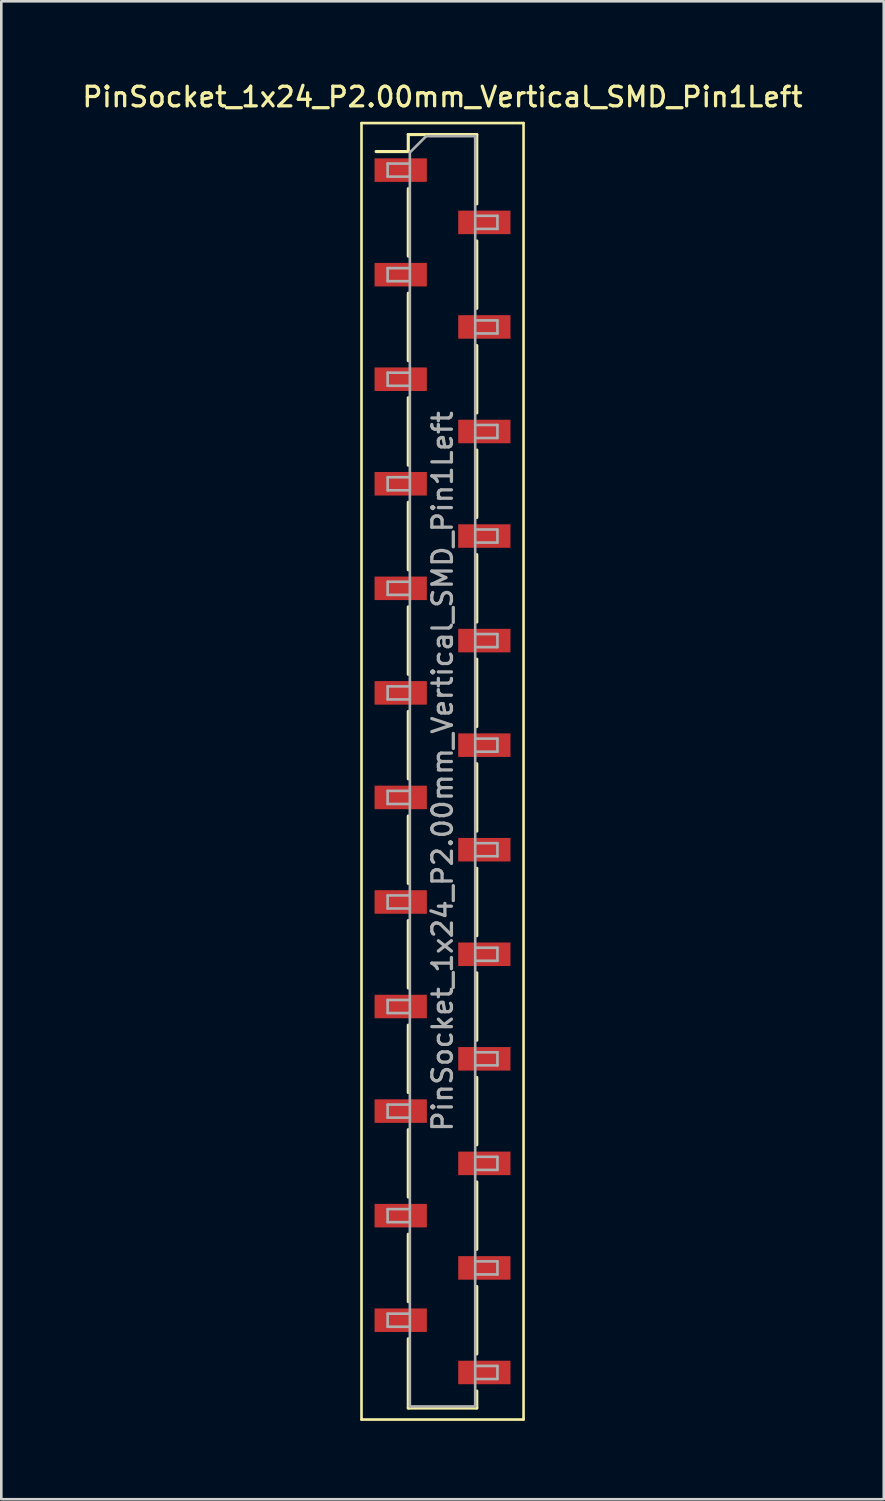
<source format=kicad_pcb>
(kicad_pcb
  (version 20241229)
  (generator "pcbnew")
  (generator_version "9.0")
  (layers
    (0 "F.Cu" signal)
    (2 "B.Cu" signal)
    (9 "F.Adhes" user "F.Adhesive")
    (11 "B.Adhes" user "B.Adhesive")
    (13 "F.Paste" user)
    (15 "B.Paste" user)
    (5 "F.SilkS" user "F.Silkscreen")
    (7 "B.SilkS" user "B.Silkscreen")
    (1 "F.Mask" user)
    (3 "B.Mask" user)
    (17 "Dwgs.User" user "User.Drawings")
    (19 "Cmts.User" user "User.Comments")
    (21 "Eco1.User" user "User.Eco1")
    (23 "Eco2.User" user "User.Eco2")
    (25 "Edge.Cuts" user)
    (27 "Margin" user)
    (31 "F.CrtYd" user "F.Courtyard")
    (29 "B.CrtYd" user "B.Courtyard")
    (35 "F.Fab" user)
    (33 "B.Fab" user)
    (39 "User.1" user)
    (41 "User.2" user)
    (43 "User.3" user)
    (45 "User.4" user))
  (footprint "PinSocket_1x24_P2.00mm_Vertical_SMD_Pin1Left"
    (layer "F.Cu")
    (at 13.88 26.458)
    (property "Reference" "PinSocket_1x24_P2.00mm_Vertical_SMD_Pin1Left" (at 0 -25.8 0) (layer "F.SilkS") (effects (font (size 0.75 0.75) (thickness 0.125))))
    (attr smd)
    (fp_line (start -3.1 -24.8) (end 3.1 -24.8) (stroke (width 0.1) (type solid)) (layer "F.SilkS"))
    (fp_line (start -3.1 24.8) (end -3.1 -24.8) (stroke (width 0.1) (type solid)) (layer "F.SilkS"))
    (fp_line (start -2.54 -23.71) (end -1.31 -23.71) (stroke (width 0.12) (type solid)) (layer "F.SilkS"))
    (fp_line (start -1.31 -24.36) (end -1.31 -23.71) (stroke (width 0.12) (type solid)) (layer "F.SilkS"))
    (fp_line (start -1.31 -24.36) (end 1.31 -24.36) (stroke (width 0.12) (type solid)) (layer "F.SilkS"))
    (fp_line (start -1.31 -22.29) (end -1.31 -19.71) (stroke (width 0.12) (type solid)) (layer "F.SilkS"))
    (fp_line (start -1.31 -18.29) (end -1.31 -15.71) (stroke (width 0.12) (type solid)) (layer "F.SilkS"))
    (fp_line (start -1.31 -14.29) (end -1.31 -11.71) (stroke (width 0.12) (type solid)) (layer "F.SilkS"))
    (fp_line (start -1.31 -10.29) (end -1.31 -7.71) (stroke (width 0.12) (type solid)) (layer "F.SilkS"))
    (fp_line (start -1.31 -6.29) (end -1.31 -3.71) (stroke (width 0.12) (type solid)) (layer "F.SilkS"))
    (fp_line (start -1.31 -2.29) (end -1.31 0.29) (stroke (width 0.12) (type solid)) (layer "F.SilkS"))
    (fp_line (start -1.31 1.71) (end -1.31 4.29) (stroke (width 0.12) (type solid)) (layer "F.SilkS"))
    (fp_line (start -1.31 5.71) (end -1.31 8.29) (stroke (width 0.12) (type solid)) (layer "F.SilkS"))
    (fp_line (start -1.31 9.71) (end -1.31 12.29) (stroke (width 0.12) (type solid)) (layer "F.SilkS"))
    (fp_line (start -1.31 13.71) (end -1.31 16.29) (stroke (width 0.12) (type solid)) (layer "F.SilkS"))
    (fp_line (start -1.31 17.71) (end -1.31 20.29) (stroke (width 0.12) (type solid)) (layer "F.SilkS"))
    (fp_line (start -1.31 21.71) (end -1.31 24.36) (stroke (width 0.12) (type solid)) (layer "F.SilkS"))
    (fp_line (start -1.31 24.36) (end 1.31 24.36) (stroke (width 0.12) (type solid)) (layer "F.SilkS"))
    (fp_line (start 1.31 -24.36) (end 1.31 -21.71) (stroke (width 0.12) (type solid)) (layer "F.SilkS"))
    (fp_line (start 1.31 -20.29) (end 1.31 -17.71) (stroke (width 0.12) (type solid)) (layer "F.SilkS"))
    (fp_line (start 1.31 -16.29) (end 1.31 -13.71) (stroke (width 0.12) (type solid)) (layer "F.SilkS"))
    (fp_line (start 1.31 -12.29) (end 1.31 -9.71) (stroke (width 0.12) (type solid)) (layer "F.SilkS"))
    (fp_line (start 1.31 -8.29) (end 1.31 -5.71) (stroke (width 0.12) (type solid)) (layer "F.SilkS"))
    (fp_line (start 1.31 -4.29) (end 1.31 -1.71) (stroke (width 0.12) (type solid)) (layer "F.SilkS"))
    (fp_line (start 1.31 -0.29) (end 1.31 2.29) (stroke (width 0.12) (type solid)) (layer "F.SilkS"))
    (fp_line (start 1.31 3.71) (end 1.31 6.29) (stroke (width 0.12) (type solid)) (layer "F.SilkS"))
    (fp_line (start 1.31 7.71) (end 1.31 10.29) (stroke (width 0.12) (type solid)) (layer "F.SilkS"))
    (fp_line (start 1.31 11.71) (end 1.31 14.29) (stroke (width 0.12) (type solid)) (layer "F.SilkS"))
    (fp_line (start 1.31 15.71) (end 1.31 18.29) (stroke (width 0.12) (type solid)) (layer "F.SilkS"))
    (fp_line (start 1.31 19.71) (end 1.31 22.29) (stroke (width 0.12) (type solid)) (layer "F.SilkS"))
    (fp_line (start 1.31 23.71) (end 1.31 24.36) (stroke (width 0.12) (type solid)) (layer "F.SilkS"))
    (fp_line (start 3.1 -24.8) (end 3.1 24.8) (stroke (width 0.1) (type solid)) (layer "F.SilkS"))
    (fp_line (start 3.1 24.8) (end -3.1 24.8) (stroke (width 0.1) (type solid)) (layer "F.SilkS"))
    (fp_line (start -2.1 -23.25) (end -1.25 -23.25) (stroke (width 0.1) (type solid)) (layer "F.Fab"))
    (fp_line (start -2.1 -22.75) (end -2.1 -23.25) (stroke (width 0.1) (type solid)) (layer "F.Fab"))
    (fp_line (start -2.1 -19.25) (end -1.25 -19.25) (stroke (width 0.1) (type solid)) (layer "F.Fab"))
    (fp_line (start -2.1 -18.75) (end -2.1 -19.25) (stroke (width 0.1) (type solid)) (layer "F.Fab"))
    (fp_line (start -2.1 -15.25) (end -1.25 -15.25) (stroke (width 0.1) (type solid)) (layer "F.Fab"))
    (fp_line (start -2.1 -14.75) (end -2.1 -15.25) (stroke (width 0.1) (type solid)) (layer "F.Fab"))
    (fp_line (start -2.1 -11.25) (end -1.25 -11.25) (stroke (width 0.1) (type solid)) (layer "F.Fab"))
    (fp_line (start -2.1 -10.75) (end -2.1 -11.25) (stroke (width 0.1) (type solid)) (layer "F.Fab"))
    (fp_line (start -2.1 -7.25) (end -1.25 -7.25) (stroke (width 0.1) (type solid)) (layer "F.Fab"))
    (fp_line (start -2.1 -6.75) (end -2.1 -7.25) (stroke (width 0.1) (type solid)) (layer "F.Fab"))
    (fp_line (start -2.1 -3.25) (end -1.25 -3.25) (stroke (width 0.1) (type solid)) (layer "F.Fab"))
    (fp_line (start -2.1 -2.75) (end -2.1 -3.25) (stroke (width 0.1) (type solid)) (layer "F.Fab"))
    (fp_line (start -2.1 0.75) (end -1.25 0.75) (stroke (width 0.1) (type solid)) (layer "F.Fab"))
    (fp_line (start -2.1 1.25) (end -2.1 0.75) (stroke (width 0.1) (type solid)) (layer "F.Fab"))
    (fp_line (start -2.1 4.75) (end -1.25 4.75) (stroke (width 0.1) (type solid)) (layer "F.Fab"))
    (fp_line (start -2.1 5.25) (end -2.1 4.75) (stroke (width 0.1) (type solid)) (layer "F.Fab"))
    (fp_line (start -2.1 8.75) (end -1.25 8.75) (stroke (width 0.1) (type solid)) (layer "F.Fab"))
    (fp_line (start -2.1 9.25) (end -2.1 8.75) (stroke (width 0.1) (type solid)) (layer "F.Fab"))
    (fp_line (start -2.1 12.75) (end -1.25 12.75) (stroke (width 0.1) (type solid)) (layer "F.Fab"))
    (fp_line (start -2.1 13.25) (end -2.1 12.75) (stroke (width 0.1) (type solid)) (layer "F.Fab"))
    (fp_line (start -2.1 16.75) (end -1.25 16.75) (stroke (width 0.1) (type solid)) (layer "F.Fab"))
    (fp_line (start -2.1 17.25) (end -2.1 16.75) (stroke (width 0.1) (type solid)) (layer "F.Fab"))
    (fp_line (start -2.1 20.75) (end -1.25 20.75) (stroke (width 0.1) (type solid)) (layer "F.Fab"))
    (fp_line (start -2.1 21.25) (end -2.1 20.75) (stroke (width 0.1) (type solid)) (layer "F.Fab"))
    (fp_line (start -1.25 -23.675) (end -0.625 -24.3) (stroke (width 0.1) (type solid)) (layer "F.Fab"))
    (fp_line (start -1.25 -22.75) (end -2.1 -22.75) (stroke (width 0.1) (type solid)) (layer "F.Fab"))
    (fp_line (start -1.25 -18.75) (end -2.1 -18.75) (stroke (width 0.1) (type solid)) (layer "F.Fab"))
    (fp_line (start -1.25 -14.75) (end -2.1 -14.75) (stroke (width 0.1) (type solid)) (layer "F.Fab"))
    (fp_line (start -1.25 -10.75) (end -2.1 -10.75) (stroke (width 0.1) (type solid)) (layer "F.Fab"))
    (fp_line (start -1.25 -6.75) (end -2.1 -6.75) (stroke (width 0.1) (type solid)) (layer "F.Fab"))
    (fp_line (start -1.25 -2.75) (end -2.1 -2.75) (stroke (width 0.1) (type solid)) (layer "F.Fab"))
    (fp_line (start -1.25 1.25) (end -2.1 1.25) (stroke (width 0.1) (type solid)) (layer "F.Fab"))
    (fp_line (start -1.25 5.25) (end -2.1 5.25) (stroke (width 0.1) (type solid)) (layer "F.Fab"))
    (fp_line (start -1.25 9.25) (end -2.1 9.25) (stroke (width 0.1) (type solid)) (layer "F.Fab"))
    (fp_line (start -1.25 13.25) (end -2.1 13.25) (stroke (width 0.1) (type solid)) (layer "F.Fab"))
    (fp_line (start -1.25 17.25) (end -2.1 17.25) (stroke (width 0.1) (type solid)) (layer "F.Fab"))
    (fp_line (start -1.25 21.25) (end -2.1 21.25) (stroke (width 0.1) (type solid)) (layer "F.Fab"))
    (fp_line (start -1.25 24.3) (end -1.25 -23.675) (stroke (width 0.1) (type solid)) (layer "F.Fab"))
    (fp_line (start -0.625 -24.3) (end 1.25 -24.3) (stroke (width 0.1) (type solid)) (layer "F.Fab"))
    (fp_line (start 1.25 -24.3) (end 1.25 24.3) (stroke (width 0.1) (type solid)) (layer "F.Fab"))
    (fp_line (start 1.25 -21.25) (end 2.1 -21.25) (stroke (width 0.1) (type solid)) (layer "F.Fab"))
    (fp_line (start 1.25 -17.25) (end 2.1 -17.25) (stroke (width 0.1) (type solid)) (layer "F.Fab"))
    (fp_line (start 1.25 -13.25) (end 2.1 -13.25) (stroke (width 0.1) (type solid)) (layer "F.Fab"))
    (fp_line (start 1.25 -9.25) (end 2.1 -9.25) (stroke (width 0.1) (type solid)) (layer "F.Fab"))
    (fp_line (start 1.25 -5.25) (end 2.1 -5.25) (stroke (width 0.1) (type solid)) (layer "F.Fab"))
    (fp_line (start 1.25 -1.25) (end 2.1 -1.25) (stroke (width 0.1) (type solid)) (layer "F.Fab"))
    (fp_line (start 1.25 2.75) (end 2.1 2.75) (stroke (width 0.1) (type solid)) (layer "F.Fab"))
    (fp_line (start 1.25 6.75) (end 2.1 6.75) (stroke (width 0.1) (type solid)) (layer "F.Fab"))
    (fp_line (start 1.25 10.75) (end 2.1 10.75) (stroke (width 0.1) (type solid)) (layer "F.Fab"))
    (fp_line (start 1.25 14.75) (end 2.1 14.75) (stroke (width 0.1) (type solid)) (layer "F.Fab"))
    (fp_line (start 1.25 18.75) (end 2.1 18.75) (stroke (width 0.1) (type solid)) (layer "F.Fab"))
    (fp_line (start 1.25 22.75) (end 2.1 22.75) (stroke (width 0.1) (type solid)) (layer "F.Fab"))
    (fp_line (start 1.25 24.3) (end -1.25 24.3) (stroke (width 0.1) (type solid)) (layer "F.Fab"))
    (fp_line (start 2.1 -21.25) (end 2.1 -20.75) (stroke (width 0.1) (type solid)) (layer "F.Fab"))
    (fp_line (start 2.1 -20.75) (end 1.25 -20.75) (stroke (width 0.1) (type solid)) (layer "F.Fab"))
    (fp_line (start 2.1 -17.25) (end 2.1 -16.75) (stroke (width 0.1) (type solid)) (layer "F.Fab"))
    (fp_line (start 2.1 -16.75) (end 1.25 -16.75) (stroke (width 0.1) (type solid)) (layer "F.Fab"))
    (fp_line (start 2.1 -13.25) (end 2.1 -12.75) (stroke (width 0.1) (type solid)) (layer "F.Fab"))
    (fp_line (start 2.1 -12.75) (end 1.25 -12.75) (stroke (width 0.1) (type solid)) (layer "F.Fab"))
    (fp_line (start 2.1 -9.25) (end 2.1 -8.75) (stroke (width 0.1) (type solid)) (layer "F.Fab"))
    (fp_line (start 2.1 -8.75) (end 1.25 -8.75) (stroke (width 0.1) (type solid)) (layer "F.Fab"))
    (fp_line (start 2.1 -5.25) (end 2.1 -4.75) (stroke (width 0.1) (type solid)) (layer "F.Fab"))
    (fp_line (start 2.1 -4.75) (end 1.25 -4.75) (stroke (width 0.1) (type solid)) (layer "F.Fab"))
    (fp_line (start 2.1 -1.25) (end 2.1 -0.75) (stroke (width 0.1) (type solid)) (layer "F.Fab"))
    (fp_line (start 2.1 -0.75) (end 1.25 -0.75) (stroke (width 0.1) (type solid)) (layer "F.Fab"))
    (fp_line (start 2.1 2.75) (end 2.1 3.25) (stroke (width 0.1) (type solid)) (layer "F.Fab"))
    (fp_line (start 2.1 3.25) (end 1.25 3.25) (stroke (width 0.1) (type solid)) (layer "F.Fab"))
    (fp_line (start 2.1 6.75) (end 2.1 7.25) (stroke (width 0.1) (type solid)) (layer "F.Fab"))
    (fp_line (start 2.1 7.25) (end 1.25 7.25) (stroke (width 0.1) (type solid)) (layer "F.Fab"))
    (fp_line (start 2.1 10.75) (end 2.1 11.25) (stroke (width 0.1) (type solid)) (layer "F.Fab"))
    (fp_line (start 2.1 11.25) (end 1.25 11.25) (stroke (width 0.1) (type solid)) (layer "F.Fab"))
    (fp_line (start 2.1 14.75) (end 2.1 15.25) (stroke (width 0.1) (type solid)) (layer "F.Fab"))
    (fp_line (start 2.1 15.25) (end 1.25 15.25) (stroke (width 0.1) (type solid)) (layer "F.Fab"))
    (fp_line (start 2.1 18.75) (end 2.1 19.25) (stroke (width 0.1) (type solid)) (layer "F.Fab"))
    (fp_line (start 2.1 19.25) (end 1.25 19.25) (stroke (width 0.1) (type solid)) (layer "F.Fab"))
    (fp_line (start 2.1 22.75) (end 2.1 23.25) (stroke (width 0.1) (type solid)) (layer "F.Fab"))
    (fp_line (start 2.1 23.25) (end 1.25 23.25) (stroke (width 0.1) (type solid)) (layer "F.Fab"))
    (fp_text user "${REFERENCE}" (at 0 0 90) (layer "F.Fab") (effects (font (size 0.75 0.75) (thickness 0.125))))
    (pad "1" smd rect (at -1.6 -23) (size 2 0.9) (layers "F.Cu" "F.Mask" "F.Paste"))
    (pad "2" smd rect (at 1.6 -21) (size 2 0.9) (layers "F.Cu" "F.Mask" "F.Paste"))
    (pad "3" smd rect (at -1.6 -19) (size 2 0.9) (layers "F.Cu" "F.Mask" "F.Paste"))
    (pad "4" smd rect (at 1.6 -17) (size 2 0.9) (layers "F.Cu" "F.Mask" "F.Paste"))
    (pad "5" smd rect (at -1.6 -15) (size 2 0.9) (layers "F.Cu" "F.Mask" "F.Paste"))
    (pad "6" smd rect (at 1.6 -13) (size 2 0.9) (layers "F.Cu" "F.Mask" "F.Paste"))
    (pad "7" smd rect (at -1.6 -11) (size 2 0.9) (layers "F.Cu" "F.Mask" "F.Paste"))
    (pad "8" smd rect (at 1.6 -9) (size 2 0.9) (layers "F.Cu" "F.Mask" "F.Paste"))
    (pad "9" smd rect (at -1.6 -7) (size 2 0.9) (layers "F.Cu" "F.Mask" "F.Paste"))
    (pad "10" smd rect (at 1.6 -5) (size 2 0.9) (layers "F.Cu" "F.Mask" "F.Paste"))
    (pad "11" smd rect (at -1.6 -3) (size 2 0.9) (layers "F.Cu" "F.Mask" "F.Paste"))
    (pad "12" smd rect (at 1.6 -1) (size 2 0.9) (layers "F.Cu" "F.Mask" "F.Paste"))
    (pad "13" smd rect (at -1.6 1) (size 2 0.9) (layers "F.Cu" "F.Mask" "F.Paste"))
    (pad "14" smd rect (at 1.6 3) (size 2 0.9) (layers "F.Cu" "F.Mask" "F.Paste"))
    (pad "15" smd rect (at -1.6 5) (size 2 0.9) (layers "F.Cu" "F.Mask" "F.Paste"))
    (pad "16" smd rect (at 1.6 7) (size 2 0.9) (layers "F.Cu" "F.Mask" "F.Paste"))
    (pad "17" smd rect (at -1.6 9) (size 2 0.9) (layers "F.Cu" "F.Mask" "F.Paste"))
    (pad "18" smd rect (at 1.6 11) (size 2 0.9) (layers "F.Cu" "F.Mask" "F.Paste"))
    (pad "19" smd rect (at -1.6 13) (size 2 0.9) (layers "F.Cu" "F.Mask" "F.Paste"))
    (pad "20" smd rect (at 1.6 15) (size 2 0.9) (layers "F.Cu" "F.Mask" "F.Paste"))
    (pad "21" smd rect (at -1.6 17) (size 2 0.9) (layers "F.Cu" "F.Mask" "F.Paste"))
    (pad "22" smd rect (at 1.6 19) (size 2 0.9) (layers "F.Cu" "F.Mask" "F.Paste"))
    (pad "23" smd rect (at -1.6 21) (size 2 0.9) (layers "F.Cu" "F.Mask" "F.Paste"))
    (pad "24" smd rect (at 1.6 23) (size 2 0.9) (layers "F.Cu" "F.Mask" "F.Paste")))
  (gr_rect
    (start -3 -3)
    (end 30.761 54.308)
    (stroke (width 0.1) (type default))
    (fill no)
    (layer "Edge.Cuts")))
</source>
